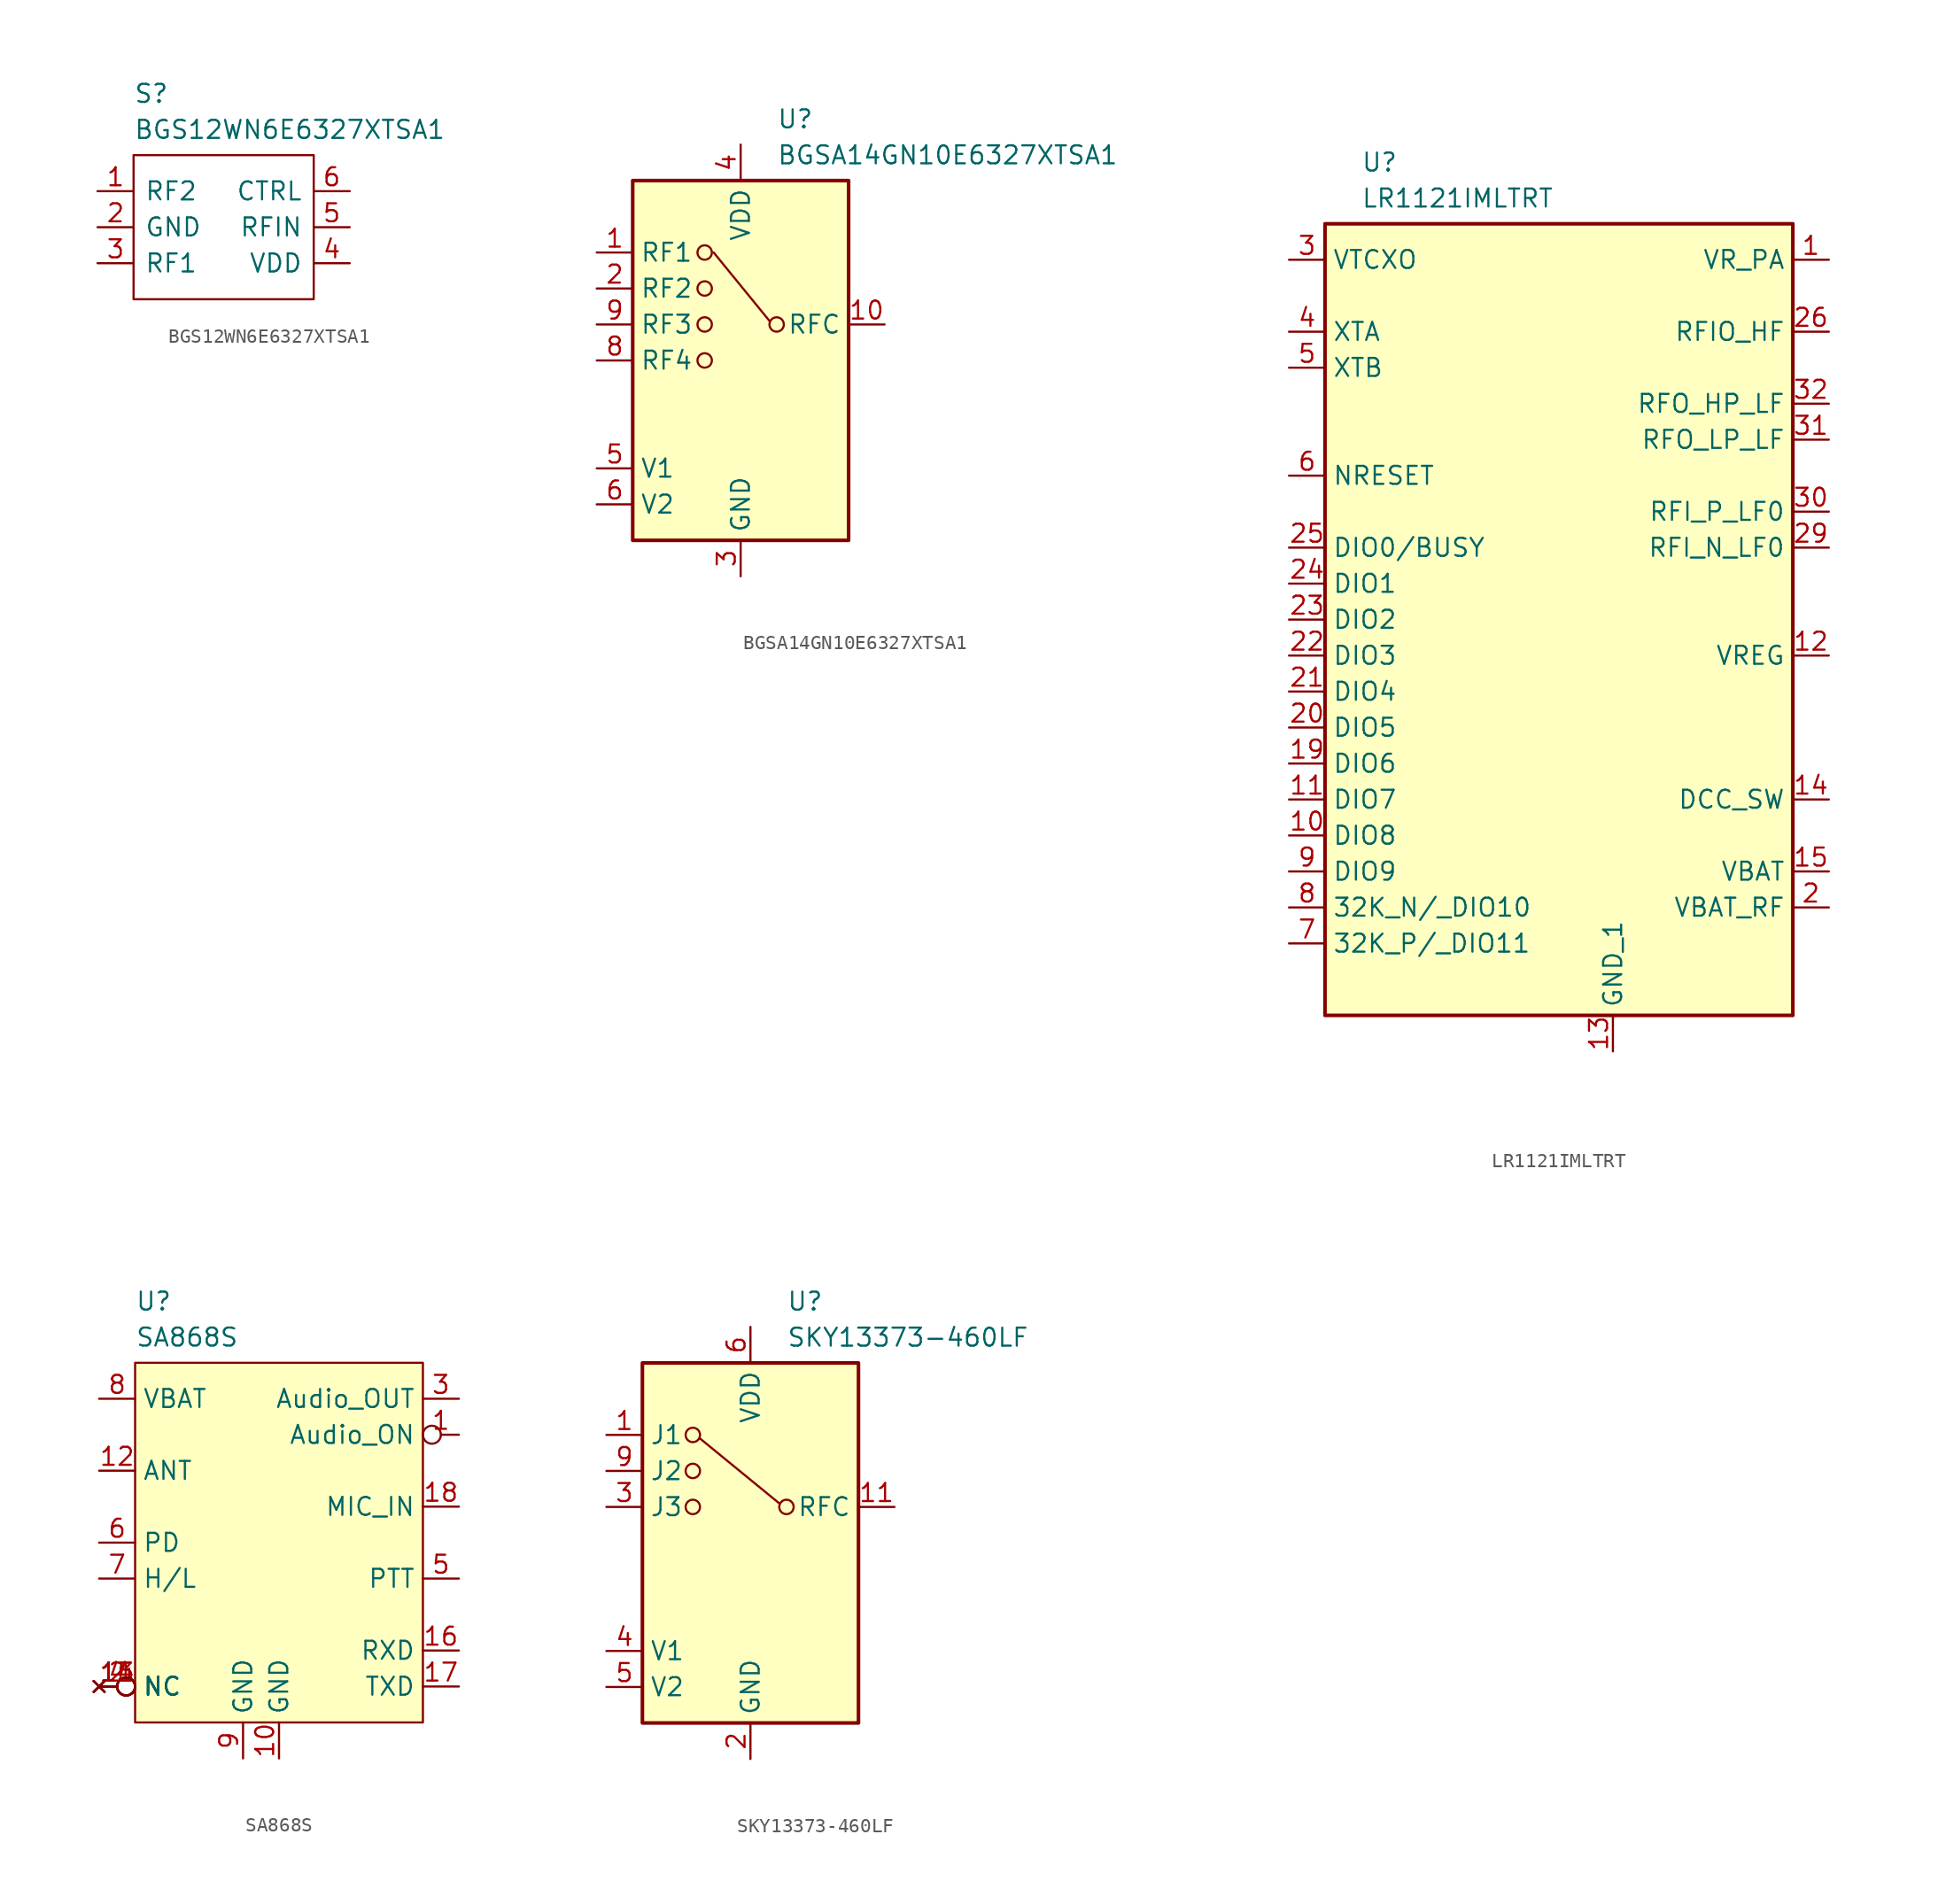
<source format=kicad_sym>
(kicad_symbol_lib
  (version 20241209)
  (generator "kicad_symbol_editor")
  (generator_version "9.0")
  (symbol "BGS12WN6E6327XTSA1"
    (pin_names
      (offset 0.762))
    (property "Reference" "S"
      (at 2.54 7.62 0)
      (effects (font (size 1.27 1.27)) (justify left top)))
    (property "Value" "BGS12WN6E6327XTSA1"
      (at 2.54 5.08 0)
      (effects (font (size 1.27 1.27)) (justify left top)))
    (symbol "BGS12WN6E6327XTSA1_0_0"
      (pin passive line (at 0 0 0) (length 2.54) (name "RF2" (effects (font (size 1.27 1.27)))) (number "1" (effects (font (size 1.27 1.27)))))
      (pin passive line (at 0 -2.54 0) (length 2.54) (name "GND" (effects (font (size 1.27 1.27)))) (number "2" (effects (font (size 1.27 1.27)))))
      (pin passive line (at 0 -5.08 0) (length 2.54) (name "RF1" (effects (font (size 1.27 1.27)))) (number "3" (effects (font (size 1.27 1.27)))))
      (pin passive line (at 17.78 0 180) (length 2.54) (name "CTRL" (effects (font (size 1.27 1.27)))) (number "6" (effects (font (size 1.27 1.27)))))
      (pin passive line (at 17.78 -2.54 180) (length 2.54) (name "RFIN" (effects (font (size 1.27 1.27)))) (number "5" (effects (font (size 1.27 1.27)))))
      (pin passive line (at 17.78 -5.08 180) (length 2.54) (name "VDD" (effects (font (size 1.27 1.27)))) (number "4" (effects (font (size 1.27 1.27))))))
    (symbol "BGS12WN6E6327XTSA1_0_1"
      (polyline (pts (xy 2.54 2.54) (xy 15.24 2.54) (xy 15.24 -7.62) (xy 2.54 -7.62) (xy 2.54 2.54)) (stroke (width 0.152) (type default)) (fill (type none)))))
  (symbol "BGSA14GN10E6327XTSA1"
    (property "Reference" "U"
      (at 12.7 10.16 0)
      (effects (font (size 1.27 1.27)) (justify left top)))
    (property "Value" "BGSA14GN10E6327XTSA1"
      (at 12.7 7.62 0)
      (effects (font (size 1.27 1.27)) (justify left top)))
    (symbol "BGSA14GN10E6327XTSA1_0_1"
      (circle (center 7.62 0) (radius 0.508) (stroke (width 0) (type default)) (fill (type none)))
      (circle (center 7.62 -2.54) (radius 0.508) (stroke (width 0) (type default)) (fill (type none)))
      (circle (center 7.62 -5.08) (radius 0.508) (stroke (width 0) (type default)) (fill (type none)))
      (circle (center 7.62 -7.62) (radius 0.508) (stroke (width 0) (type default)) (fill (type none)))
      (polyline (pts (xy 12.192 -4.826) (xy 8.255 0)) (stroke (width 0) (type default)) (fill (type none)))
      (circle (center 12.7 -5.08) (radius 0.508) (stroke (width 0) (type default)) (fill (type none))))
    (symbol "BGSA14GN10E6327XTSA1_1_1"
      (rectangle (start 2.54 5.08) (end 17.78 -20.32) (stroke (width 0.254) (type default)) (fill (type background)))
      (pin passive line (at 0 0 0) (length 2.54) (name "RF1" (effects (font (size 1.27 1.27)))) (number "1" (effects (font (size 1.27 1.27)))))
      (pin passive line (at 0 -2.54 0) (length 2.54) (name "RF2" (effects (font (size 1.27 1.27)))) (number "2" (effects (font (size 1.27 1.27)))))
      (pin passive line (at 0 -5.08 0) (length 2.54) (name "RF3" (effects (font (size 1.27 1.27)))) (number "9" (effects (font (size 1.27 1.27)))))
      (pin passive line (at 0 -7.62 0) (length 2.54) (name "RF4" (effects (font (size 1.27 1.27)))) (number "8" (effects (font (size 1.27 1.27)))))
      (pin passive line (at 0 -15.24 0) (length 2.54) (name "V1" (effects (font (size 1.27 1.27)))) (number "5" (effects (font (size 1.27 1.27)))))
      (pin passive line (at 0 -17.78 0) (length 2.54) (name "V2" (effects (font (size 1.27 1.27)))) (number "6" (effects (font (size 1.27 1.27)))))
      (pin passive line (at 10.16 7.62 270) (length 2.54) (name "VDD" (effects (font (size 1.27 1.27)))) (number "4" (effects (font (size 1.27 1.27)))))
      (pin passive line (at 10.16 -22.86 90) (length 2.54) (name "GND" (effects (font (size 1.27 1.27)))) (number "3" (effects (font (size 1.27 1.27)))))
      (pin passive line (at 10.16 -22.86 90) (length 2.54) (hide yes) (name "GND_2" (effects (font (size 1.27 1.27)))) (number "7" (effects (font (size 1.27 1.27)))))
      (pin passive line (at 20.32 -5.08 180) (length 2.54) (name "RFC" (effects (font (size 1.27 1.27)))) (number "10" (effects (font (size 1.27 1.27)))))))
  (symbol "LR1121IMLTRT"
    (property "Reference" "U"
      (at 5.08 22.86 0)
      (effects (font (size 1.27 1.27)) (justify left top)))
    (property "Value" "LR1121IMLTRT"
      (at 5.08 20.32 0)
      (effects (font (size 1.27 1.27)) (justify left top)))
    (symbol "LR1121IMLTRT_1_1"
      (rectangle (start 2.54 17.78) (end 35.56 -38.1) (stroke (width 0.254) (type default)) (fill (type background)))
      (pin passive line (at 0 15.24 0) (length 2.54) (name "VTCXO" (effects (font (size 1.27 1.27)))) (number "3" (effects (font (size 1.27 1.27)))))
      (pin passive line (at 0 10.16 0) (length 2.54) (name "XTA" (effects (font (size 1.27 1.27)))) (number "4" (effects (font (size 1.27 1.27)))))
      (pin passive line (at 0 7.62 0) (length 2.54) (name "XTB" (effects (font (size 1.27 1.27)))) (number "5" (effects (font (size 1.27 1.27)))))
      (pin passive line (at 0 0 0) (length 2.54) (name "NRESET" (effects (font (size 1.27 1.27)))) (number "6" (effects (font (size 1.27 1.27)))))
      (pin passive line (at 0 -5.08 0) (length 2.54) (name "DIO0/BUSY" (effects (font (size 1.27 1.27)))) (number "25" (effects (font (size 1.27 1.27)))))
      (pin passive line (at 0 -7.62 0) (length 2.54) (name "DIO1" (effects (font (size 1.27 1.27)))) (number "24" (effects (font (size 1.27 1.27)))))
      (pin passive line (at 0 -10.16 0) (length 2.54) (name "DIO2" (effects (font (size 1.27 1.27)))) (number "23" (effects (font (size 1.27 1.27)))))
      (pin passive line (at 0 -12.7 0) (length 2.54) (name "DIO3" (effects (font (size 1.27 1.27)))) (number "22" (effects (font (size 1.27 1.27)))))
      (pin passive line (at 0 -15.24 0) (length 2.54) (name "DIO4" (effects (font (size 1.27 1.27)))) (number "21" (effects (font (size 1.27 1.27)))))
      (pin passive line (at 0 -17.78 0) (length 2.54) (name "DIO5" (effects (font (size 1.27 1.27)))) (number "20" (effects (font (size 1.27 1.27)))))
      (pin passive line (at 0 -20.32 0) (length 2.54) (name "DIO6" (effects (font (size 1.27 1.27)))) (number "19" (effects (font (size 1.27 1.27)))))
      (pin passive line (at 0 -22.86 0) (length 2.54) (name "DIO7" (effects (font (size 1.27 1.27)))) (number "11" (effects (font (size 1.27 1.27)))))
      (pin passive line (at 0 -25.4 0) (length 2.54) (name "DIO8" (effects (font (size 1.27 1.27)))) (number "10" (effects (font (size 1.27 1.27)))))
      (pin passive line (at 0 -27.94 0) (length 2.54) (name "DIO9" (effects (font (size 1.27 1.27)))) (number "9" (effects (font (size 1.27 1.27)))))
      (pin passive line (at 0 -30.48 0) (length 2.54) (name "32K_N/_DIO10" (effects (font (size 1.27 1.27)))) (number "8" (effects (font (size 1.27 1.27)))))
      (pin passive line (at 0 -33.02 0) (length 2.54) (name "32K_P/_DIO11" (effects (font (size 1.27 1.27)))) (number "7" (effects (font (size 1.27 1.27)))))
      (pin passive line (at 22.86 -40.64 90) (length 2.54) (name "GND_1" (effects (font (size 1.27 1.27)))) (number "13" (effects (font (size 1.27 1.27)))))
      (pin passive line (at 22.86 -40.64 90) (length 2.54) (hide yes) (name "GND_2" (effects (font (size 1.27 1.27)))) (number "33" (effects (font (size 1.27 1.27)))))
      (pin passive line (at 38.1 15.24 180) (length 2.54) (name "VR_PA" (effects (font (size 1.27 1.27)))) (number "1" (effects (font (size 1.27 1.27)))))
      (pin bidirectional line (at 38.1 10.16 180) (length 2.54) (name "RFIO_HF" (effects (font (size 1.27 1.27)))) (number "26" (effects (font (size 1.27 1.27)))))
      (pin output line (at 38.1 5.08 180) (length 2.54) (name "RFO_HP_LF" (effects (font (size 1.27 1.27)))) (number "32" (effects (font (size 1.27 1.27)))))
      (pin output line (at 38.1 2.54 180) (length 2.54) (name "RFO_LP_LF" (effects (font (size 1.27 1.27)))) (number "31" (effects (font (size 1.27 1.27)))))
      (pin input line (at 38.1 -2.54 180) (length 2.54) (name "RFI_P_LF0" (effects (font (size 1.27 1.27)))) (number "30" (effects (font (size 1.27 1.27)))))
      (pin input line (at 38.1 -5.08 180) (length 2.54) (name "RFI_N_LF0" (effects (font (size 1.27 1.27)))) (number "29" (effects (font (size 1.27 1.27)))))
      (pin passive line (at 38.1 -12.7 180) (length 2.54) (name "VREG" (effects (font (size 1.27 1.27)))) (number "12" (effects (font (size 1.27 1.27)))))
      (pin passive line (at 38.1 -22.86 180) (length 2.54) (name "DCC_SW" (effects (font (size 1.27 1.27)))) (number "14" (effects (font (size 1.27 1.27)))))
      (pin passive line (at 38.1 -27.94 180) (length 2.54) (name "VBAT" (effects (font (size 1.27 1.27)))) (number "15" (effects (font (size 1.27 1.27)))))
      (pin passive line (at 38.1 -30.48 180) (length 2.54) (name "VBAT_RF" (effects (font (size 1.27 1.27)))) (number "2" (effects (font (size 1.27 1.27)))))
      (pin no_connect line (at 38.1 -35.56 180) (length 2.54) (hide yes) (name "DNC_1" (effects (font (size 1.27 1.27)))) (number "16" (effects (font (size 1.27 1.27)))))
      (pin no_connect line (at 38.1 -35.56 180) (length 2.54) (hide yes) (name "DNC_2" (effects (font (size 1.27 1.27)))) (number "17" (effects (font (size 1.27 1.27)))))
      (pin no_connect line (at 38.1 -35.56 180) (length 2.54) (hide yes) (name "DNC_3" (effects (font (size 1.27 1.27)))) (number "18" (effects (font (size 1.27 1.27)))))
      (pin no_connect line (at 38.1 -35.56 180) (length 2.54) (hide yes) (name "DNC_4" (effects (font (size 1.27 1.27)))) (number "27" (effects (font (size 1.27 1.27)))))
      (pin no_connect line (at 38.1 -35.56 180) (length 2.54) (hide yes) (name "DNC_5" (effects (font (size 1.27 1.27)))) (number "28" (effects (font (size 1.27 1.27)))))))
  (symbol "SA868S"
    (property "Reference" "U"
      (at 2.54 7.62 0)
      (effects (font (size 1.27 1.27)) (justify left top)))
    (property "Value" "SA868S"
      (at 2.54 5.08 0)
      (effects (font (size 1.27 1.27)) (justify left top)))
    (symbol "SA868S_0_1"
      (rectangle (start 2.54 2.54) (end 22.86 -22.86) (stroke (width 0) (type default)) (fill (type background))))
    (symbol "SA868S_1_1"
      (pin power_in line (at 0 0 0) (length 2.54) (name "VBAT" (effects (font (size 1.27 1.27)))) (number "8" (effects (font (size 1.27 1.27)))))
      (pin bidirectional line (at 0 -5.08 0) (length 2.54) (name "ANT" (effects (font (size 1.27 1.27)))) (number "12" (effects (font (size 1.27 1.27)))))
      (pin input line (at 0 -10.16 0) (length 2.54) (name "PD" (effects (font (size 1.27 1.27)))) (number "6" (effects (font (size 1.27 1.27)))))
      (pin input line (at 0 -12.7 0) (length 2.54) (name "H/L" (effects (font (size 1.27 1.27)))) (number "7" (effects (font (size 1.27 1.27)))))
      (pin no_connect inverted (at 0 -20.32 0) (length 2.54) (name "NC" (effects (font (size 1.27 1.27)))) (number "11" (effects (font (size 1.27 1.27)))))
      (pin no_connect inverted (at 0 -20.32 0) (length 2.54) (name "NC" (effects (font (size 1.27 1.27)))) (number "13" (effects (font (size 1.27 1.27)))))
      (pin no_connect inverted (at 0 -20.32 0) (length 2.54) (name "NC" (effects (font (size 1.27 1.27)))) (number "14" (effects (font (size 1.27 1.27)))))
      (pin no_connect inverted (at 0 -20.32 0) (length 2.54) (name "NC" (effects (font (size 1.27 1.27)))) (number "15" (effects (font (size 1.27 1.27)))))
      (pin no_connect inverted (at 0 -20.32 0) (length 2.54) (name "NC" (effects (font (size 1.27 1.27)))) (number "2" (effects (font (size 1.27 1.27)))))
      (pin no_connect inverted (at 0 -20.32 0) (length 2.54) (name "NC" (effects (font (size 1.27 1.27)))) (number "4" (effects (font (size 1.27 1.27)))))
      (pin passive line (at 10.16 -25.4 90) (length 2.54) (name "GND" (effects (font (size 1.27 1.27)))) (number "9" (effects (font (size 1.27 1.27)))))
      (pin passive line (at 12.7 -25.4 90) (length 2.54) (name "GND" (effects (font (size 1.27 1.27)))) (number "10" (effects (font (size 1.27 1.27)))))
      (pin output line (at 25.4 0 180) (length 2.54) (name "Audio_OUT" (effects (font (size 1.27 1.27)))) (number "3" (effects (font (size 1.27 1.27)))))
      (pin output inverted (at 25.4 -2.54 180) (length 2.54) (name "Audio_ON" (effects (font (size 1.27 1.27)))) (number "1" (effects (font (size 1.27 1.27)))))
      (pin input line (at 25.4 -7.62 180) (length 2.54) (name "MIC_IN" (effects (font (size 1.27 1.27)))) (number "18" (effects (font (size 1.27 1.27)))))
      (pin input line (at 25.4 -12.7 180) (length 2.54) (name "PTT" (effects (font (size 1.27 1.27)))) (number "5" (effects (font (size 1.27 1.27)))))
      (pin input line (at 25.4 -17.78 180) (length 2.54) (name "RXD" (effects (font (size 1.27 1.27)))) (number "16" (effects (font (size 1.27 1.27)))))
      (pin output line (at 25.4 -20.32 180) (length 2.54) (name "TXD" (effects (font (size 1.27 1.27)))) (number "17" (effects (font (size 1.27 1.27)))))))
  (symbol "SKY13373-460LF"
    (property "Reference" "U"
      (at 12.7 10.16 0)
      (effects (font (size 1.27 1.27)) (justify left top)))
    (property "Value" "SKY13373-460LF"
      (at 12.7 7.62 0)
      (effects (font (size 1.27 1.27)) (justify left top)))
    (symbol "SKY13373-460LF_0_1"
      (circle (center 6.096 0) (radius 0.508) (stroke (width 0) (type default)) (fill (type none)))
      (circle (center 6.096 -2.54) (radius 0.508) (stroke (width 0) (type default)) (fill (type none)))
      (circle (center 6.096 -5.08) (radius 0.508) (stroke (width 0) (type default)) (fill (type none)))
      (polyline (pts (xy 12.192 -4.826) (xy 6.604 -0.254)) (stroke (width 0) (type default)) (fill (type none)))
      (circle (center 12.7 -5.08) (radius 0.508) (stroke (width 0) (type default)) (fill (type none))))
    (symbol "SKY13373-460LF_1_1"
      (rectangle (start 2.54 5.08) (end 17.78 -20.32) (stroke (width 0.254) (type default)) (fill (type background)))
      (pin passive line (at 0 0 0) (length 2.54) (name "J1" (effects (font (size 1.27 1.27)))) (number "1" (effects (font (size 1.27 1.27)))))
      (pin passive line (at 0 -2.54 0) (length 2.54) (name "J2" (effects (font (size 1.27 1.27)))) (number "9" (effects (font (size 1.27 1.27)))))
      (pin passive line (at 0 -5.08 0) (length 2.54) (name "J3" (effects (font (size 1.27 1.27)))) (number "3" (effects (font (size 1.27 1.27)))))
      (pin passive line (at 0 -15.24 0) (length 2.54) (name "V1" (effects (font (size 1.27 1.27)))) (number "4" (effects (font (size 1.27 1.27)))))
      (pin passive line (at 0 -17.78 0) (length 2.54) (name "V2" (effects (font (size 1.27 1.27)))) (number "5" (effects (font (size 1.27 1.27)))))
      (pin passive line (at 10.16 7.62 270) (length 2.54) (name "VDD" (effects (font (size 1.27 1.27)))) (number "6" (effects (font (size 1.27 1.27)))))
      (pin passive line (at 10.16 -22.86 90) (length 2.54) (hide yes) (name "GND_4" (effects (font (size 1.27 1.27)))) (number "10" (effects (font (size 1.27 1.27)))))
      (pin passive line (at 10.16 -22.86 90) (length 2.54) (hide yes) (name "GND_5" (effects (font (size 1.27 1.27)))) (number "12" (effects (font (size 1.27 1.27)))))
      (pin passive line (at 10.16 -22.86 90) (length 2.54) (hide yes) (name "EPAD" (effects (font (size 1.27 1.27)))) (number "13" (effects (font (size 1.27 1.27)))))
      (pin passive line (at 10.16 -22.86 90) (length 2.54) (name "GND" (effects (font (size 1.27 1.27)))) (number "2" (effects (font (size 1.27 1.27)))))
      (pin passive line (at 10.16 -22.86 90) (length 2.54) (hide yes) (name "GND_2" (effects (font (size 1.27 1.27)))) (number "7" (effects (font (size 1.27 1.27)))))
      (pin passive line (at 10.16 -22.86 90) (length 2.54) (hide yes) (name "GND_3" (effects (font (size 1.27 1.27)))) (number "8" (effects (font (size 1.27 1.27)))))
      (pin passive line (at 20.32 -5.08 180) (length 2.54) (name "RFC" (effects (font (size 1.27 1.27)))) (number "11" (effects (font (size 1.27 1.27))))))))
</source>
